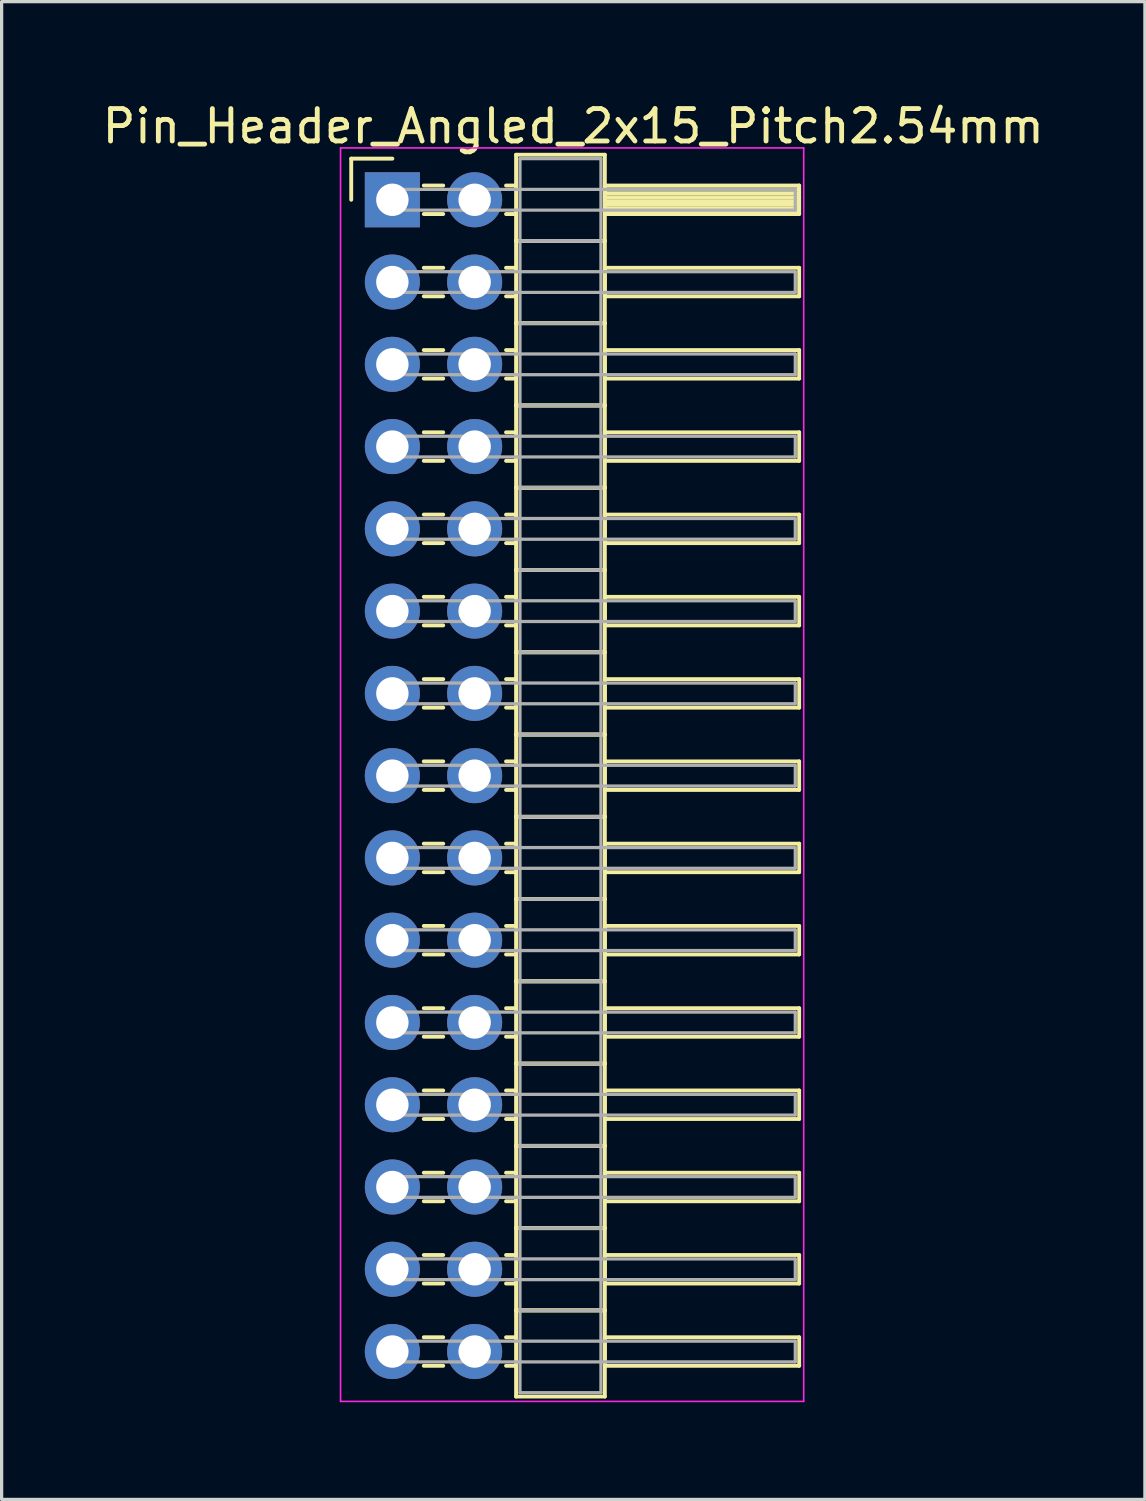
<source format=kicad_pcb>
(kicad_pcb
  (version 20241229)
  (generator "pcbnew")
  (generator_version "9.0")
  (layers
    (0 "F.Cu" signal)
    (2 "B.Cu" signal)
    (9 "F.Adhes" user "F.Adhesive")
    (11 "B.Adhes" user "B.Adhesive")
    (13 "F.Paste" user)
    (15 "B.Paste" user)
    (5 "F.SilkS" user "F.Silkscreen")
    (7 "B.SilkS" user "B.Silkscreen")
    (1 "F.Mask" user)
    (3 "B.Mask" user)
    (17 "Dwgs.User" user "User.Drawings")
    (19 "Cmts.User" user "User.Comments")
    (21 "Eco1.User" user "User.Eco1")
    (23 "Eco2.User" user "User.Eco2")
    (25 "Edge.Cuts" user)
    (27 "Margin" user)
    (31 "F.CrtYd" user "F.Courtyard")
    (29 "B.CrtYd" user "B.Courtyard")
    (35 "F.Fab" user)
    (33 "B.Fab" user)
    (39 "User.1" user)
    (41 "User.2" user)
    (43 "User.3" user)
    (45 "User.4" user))
  (footprint "Pin_Header_Angled_2x15_Pitch2.54mm"
    (layer "F.Cu")
    (at 9.064 3.118)
    (property "Reference" "Pin_Header_Angled_2x15_Pitch2.54mm" (at 5.585 -2.27 0) (layer "F.SilkS") (effects (font (size 1 1) (thickness 0.15))))
    (attr through_hole)
    (fp_line (start -1.27 -1.27) (end 0 -1.27) (stroke (width 0.12) (type solid)) (layer "F.SilkS"))
    (fp_line (start -1.27 0) (end -1.27 -1.27) (stroke (width 0.12) (type solid)) (layer "F.SilkS"))
    (fp_line (start 0.97 -0.44) (end 1.57 -0.44) (stroke (width 0.12) (type solid)) (layer "F.SilkS"))
    (fp_line (start 0.97 0.44) (end 1.57 0.44) (stroke (width 0.12) (type solid)) (layer "F.SilkS"))
    (fp_line (start 0.97 2.1) (end 1.57 2.1) (stroke (width 0.12) (type solid)) (layer "F.SilkS"))
    (fp_line (start 0.97 2.98) (end 1.57 2.98) (stroke (width 0.12) (type solid)) (layer "F.SilkS"))
    (fp_line (start 0.97 4.64) (end 1.57 4.64) (stroke (width 0.12) (type solid)) (layer "F.SilkS"))
    (fp_line (start 0.97 5.52) (end 1.57 5.52) (stroke (width 0.12) (type solid)) (layer "F.SilkS"))
    (fp_line (start 0.97 7.18) (end 1.57 7.18) (stroke (width 0.12) (type solid)) (layer "F.SilkS"))
    (fp_line (start 0.97 8.06) (end 1.57 8.06) (stroke (width 0.12) (type solid)) (layer "F.SilkS"))
    (fp_line (start 0.97 9.72) (end 1.57 9.72) (stroke (width 0.12) (type solid)) (layer "F.SilkS"))
    (fp_line (start 0.97 10.6) (end 1.57 10.6) (stroke (width 0.12) (type solid)) (layer "F.SilkS"))
    (fp_line (start 0.97 12.26) (end 1.57 12.26) (stroke (width 0.12) (type solid)) (layer "F.SilkS"))
    (fp_line (start 0.97 13.14) (end 1.57 13.14) (stroke (width 0.12) (type solid)) (layer "F.SilkS"))
    (fp_line (start 0.97 14.8) (end 1.57 14.8) (stroke (width 0.12) (type solid)) (layer "F.SilkS"))
    (fp_line (start 0.97 15.68) (end 1.57 15.68) (stroke (width 0.12) (type solid)) (layer "F.SilkS"))
    (fp_line (start 0.97 17.34) (end 1.57 17.34) (stroke (width 0.12) (type solid)) (layer "F.SilkS"))
    (fp_line (start 0.97 18.22) (end 1.57 18.22) (stroke (width 0.12) (type solid)) (layer "F.SilkS"))
    (fp_line (start 0.97 19.88) (end 1.57 19.88) (stroke (width 0.12) (type solid)) (layer "F.SilkS"))
    (fp_line (start 0.97 20.76) (end 1.57 20.76) (stroke (width 0.12) (type solid)) (layer "F.SilkS"))
    (fp_line (start 0.97 22.42) (end 1.57 22.42) (stroke (width 0.12) (type solid)) (layer "F.SilkS"))
    (fp_line (start 0.97 23.3) (end 1.57 23.3) (stroke (width 0.12) (type solid)) (layer "F.SilkS"))
    (fp_line (start 0.97 24.96) (end 1.57 24.96) (stroke (width 0.12) (type solid)) (layer "F.SilkS"))
    (fp_line (start 0.97 25.84) (end 1.57 25.84) (stroke (width 0.12) (type solid)) (layer "F.SilkS"))
    (fp_line (start 0.97 27.5) (end 1.57 27.5) (stroke (width 0.12) (type solid)) (layer "F.SilkS"))
    (fp_line (start 0.97 28.38) (end 1.57 28.38) (stroke (width 0.12) (type solid)) (layer "F.SilkS"))
    (fp_line (start 0.97 30.04) (end 1.57 30.04) (stroke (width 0.12) (type solid)) (layer "F.SilkS"))
    (fp_line (start 0.97 30.92) (end 1.57 30.92) (stroke (width 0.12) (type solid)) (layer "F.SilkS"))
    (fp_line (start 0.97 32.58) (end 1.57 32.58) (stroke (width 0.12) (type solid)) (layer "F.SilkS"))
    (fp_line (start 0.97 33.46) (end 1.57 33.46) (stroke (width 0.12) (type solid)) (layer "F.SilkS"))
    (fp_line (start 0.97 35.12) (end 1.57 35.12) (stroke (width 0.12) (type solid)) (layer "F.SilkS"))
    (fp_line (start 0.97 36) (end 1.57 36) (stroke (width 0.12) (type solid)) (layer "F.SilkS"))
    (fp_line (start 3.51 -0.44) (end 3.82 -0.44) (stroke (width 0.12) (type solid)) (layer "F.SilkS"))
    (fp_line (start 3.51 0.44) (end 3.82 0.44) (stroke (width 0.12) (type solid)) (layer "F.SilkS"))
    (fp_line (start 3.51 2.1) (end 3.82 2.1) (stroke (width 0.12) (type solid)) (layer "F.SilkS"))
    (fp_line (start 3.51 2.98) (end 3.82 2.98) (stroke (width 0.12) (type solid)) (layer "F.SilkS"))
    (fp_line (start 3.51 4.64) (end 3.82 4.64) (stroke (width 0.12) (type solid)) (layer "F.SilkS"))
    (fp_line (start 3.51 5.52) (end 3.82 5.52) (stroke (width 0.12) (type solid)) (layer "F.SilkS"))
    (fp_line (start 3.51 7.18) (end 3.82 7.18) (stroke (width 0.12) (type solid)) (layer "F.SilkS"))
    (fp_line (start 3.51 8.06) (end 3.82 8.06) (stroke (width 0.12) (type solid)) (layer "F.SilkS"))
    (fp_line (start 3.51 9.72) (end 3.82 9.72) (stroke (width 0.12) (type solid)) (layer "F.SilkS"))
    (fp_line (start 3.51 10.6) (end 3.82 10.6) (stroke (width 0.12) (type solid)) (layer "F.SilkS"))
    (fp_line (start 3.51 12.26) (end 3.82 12.26) (stroke (width 0.12) (type solid)) (layer "F.SilkS"))
    (fp_line (start 3.51 13.14) (end 3.82 13.14) (stroke (width 0.12) (type solid)) (layer "F.SilkS"))
    (fp_line (start 3.51 14.8) (end 3.82 14.8) (stroke (width 0.12) (type solid)) (layer "F.SilkS"))
    (fp_line (start 3.51 15.68) (end 3.82 15.68) (stroke (width 0.12) (type solid)) (layer "F.SilkS"))
    (fp_line (start 3.51 17.34) (end 3.82 17.34) (stroke (width 0.12) (type solid)) (layer "F.SilkS"))
    (fp_line (start 3.51 18.22) (end 3.82 18.22) (stroke (width 0.12) (type solid)) (layer "F.SilkS"))
    (fp_line (start 3.51 19.88) (end 3.82 19.88) (stroke (width 0.12) (type solid)) (layer "F.SilkS"))
    (fp_line (start 3.51 20.76) (end 3.82 20.76) (stroke (width 0.12) (type solid)) (layer "F.SilkS"))
    (fp_line (start 3.51 22.42) (end 3.82 22.42) (stroke (width 0.12) (type solid)) (layer "F.SilkS"))
    (fp_line (start 3.51 23.3) (end 3.82 23.3) (stroke (width 0.12) (type solid)) (layer "F.SilkS"))
    (fp_line (start 3.51 24.96) (end 3.82 24.96) (stroke (width 0.12) (type solid)) (layer "F.SilkS"))
    (fp_line (start 3.51 25.84) (end 3.82 25.84) (stroke (width 0.12) (type solid)) (layer "F.SilkS"))
    (fp_line (start 3.51 27.5) (end 3.82 27.5) (stroke (width 0.12) (type solid)) (layer "F.SilkS"))
    (fp_line (start 3.51 28.38) (end 3.82 28.38) (stroke (width 0.12) (type solid)) (layer "F.SilkS"))
    (fp_line (start 3.51 30.04) (end 3.82 30.04) (stroke (width 0.12) (type solid)) (layer "F.SilkS"))
    (fp_line (start 3.51 30.92) (end 3.82 30.92) (stroke (width 0.12) (type solid)) (layer "F.SilkS"))
    (fp_line (start 3.51 32.58) (end 3.82 32.58) (stroke (width 0.12) (type solid)) (layer "F.SilkS"))
    (fp_line (start 3.51 33.46) (end 3.82 33.46) (stroke (width 0.12) (type solid)) (layer "F.SilkS"))
    (fp_line (start 3.51 35.12) (end 3.82 35.12) (stroke (width 0.12) (type solid)) (layer "F.SilkS"))
    (fp_line (start 3.51 36) (end 3.82 36) (stroke (width 0.12) (type solid)) (layer "F.SilkS"))
    (fp_line (start 3.82 -1.39) (end 3.82 1.27) (stroke (width 0.12) (type solid)) (layer "F.SilkS"))
    (fp_line (start 3.82 1.27) (end 3.82 3.81) (stroke (width 0.12) (type solid)) (layer "F.SilkS"))
    (fp_line (start 3.82 1.27) (end 6.56 1.27) (stroke (width 0.12) (type solid)) (layer "F.SilkS"))
    (fp_line (start 3.82 3.81) (end 3.82 6.35) (stroke (width 0.12) (type solid)) (layer "F.SilkS"))
    (fp_line (start 3.82 3.81) (end 6.56 3.81) (stroke (width 0.12) (type solid)) (layer "F.SilkS"))
    (fp_line (start 3.82 6.35) (end 3.82 8.89) (stroke (width 0.12) (type solid)) (layer "F.SilkS"))
    (fp_line (start 3.82 6.35) (end 6.56 6.35) (stroke (width 0.12) (type solid)) (layer "F.SilkS"))
    (fp_line (start 3.82 8.89) (end 3.82 11.43) (stroke (width 0.12) (type solid)) (layer "F.SilkS"))
    (fp_line (start 3.82 8.89) (end 6.56 8.89) (stroke (width 0.12) (type solid)) (layer "F.SilkS"))
    (fp_line (start 3.82 11.43) (end 3.82 13.97) (stroke (width 0.12) (type solid)) (layer "F.SilkS"))
    (fp_line (start 3.82 11.43) (end 6.56 11.43) (stroke (width 0.12) (type solid)) (layer "F.SilkS"))
    (fp_line (start 3.82 13.97) (end 3.82 16.51) (stroke (width 0.12) (type solid)) (layer "F.SilkS"))
    (fp_line (start 3.82 13.97) (end 6.56 13.97) (stroke (width 0.12) (type solid)) (layer "F.SilkS"))
    (fp_line (start 3.82 16.51) (end 3.82 19.05) (stroke (width 0.12) (type solid)) (layer "F.SilkS"))
    (fp_line (start 3.82 16.51) (end 6.56 16.51) (stroke (width 0.12) (type solid)) (layer "F.SilkS"))
    (fp_line (start 3.82 19.05) (end 3.82 21.59) (stroke (width 0.12) (type solid)) (layer "F.SilkS"))
    (fp_line (start 3.82 19.05) (end 6.56 19.05) (stroke (width 0.12) (type solid)) (layer "F.SilkS"))
    (fp_line (start 3.82 21.59) (end 3.82 24.13) (stroke (width 0.12) (type solid)) (layer "F.SilkS"))
    (fp_line (start 3.82 21.59) (end 6.56 21.59) (stroke (width 0.12) (type solid)) (layer "F.SilkS"))
    (fp_line (start 3.82 24.13) (end 3.82 26.67) (stroke (width 0.12) (type solid)) (layer "F.SilkS"))
    (fp_line (start 3.82 24.13) (end 6.56 24.13) (stroke (width 0.12) (type solid)) (layer "F.SilkS"))
    (fp_line (start 3.82 26.67) (end 3.82 29.21) (stroke (width 0.12) (type solid)) (layer "F.SilkS"))
    (fp_line (start 3.82 26.67) (end 6.56 26.67) (stroke (width 0.12) (type solid)) (layer "F.SilkS"))
    (fp_line (start 3.82 29.21) (end 3.82 31.75) (stroke (width 0.12) (type solid)) (layer "F.SilkS"))
    (fp_line (start 3.82 29.21) (end 6.56 29.21) (stroke (width 0.12) (type solid)) (layer "F.SilkS"))
    (fp_line (start 3.82 31.75) (end 3.82 34.29) (stroke (width 0.12) (type solid)) (layer "F.SilkS"))
    (fp_line (start 3.82 31.75) (end 6.56 31.75) (stroke (width 0.12) (type solid)) (layer "F.SilkS"))
    (fp_line (start 3.82 34.29) (end 3.82 36.95) (stroke (width 0.12) (type solid)) (layer "F.SilkS"))
    (fp_line (start 3.82 34.29) (end 6.56 34.29) (stroke (width 0.12) (type solid)) (layer "F.SilkS"))
    (fp_line (start 3.82 36.95) (end 6.56 36.95) (stroke (width 0.12) (type solid)) (layer "F.SilkS"))
    (fp_line (start 6.56 -1.39) (end 3.82 -1.39) (stroke (width 0.12) (type solid)) (layer "F.SilkS"))
    (fp_line (start 6.56 -0.44) (end 6.56 0.44) (stroke (width 0.12) (type solid)) (layer "F.SilkS"))
    (fp_line (start 6.56 -0.32) (end 12.56 -0.32) (stroke (width 0.12) (type solid)) (layer "F.SilkS"))
    (fp_line (start 6.56 -0.2) (end 12.56 -0.2) (stroke (width 0.12) (type solid)) (layer "F.SilkS"))
    (fp_line (start 6.56 -0.08) (end 12.56 -0.08) (stroke (width 0.12) (type solid)) (layer "F.SilkS"))
    (fp_line (start 6.56 0.04) (end 12.56 0.04) (stroke (width 0.12) (type solid)) (layer "F.SilkS"))
    (fp_line (start 6.56 0.16) (end 12.56 0.16) (stroke (width 0.12) (type solid)) (layer "F.SilkS"))
    (fp_line (start 6.56 0.28) (end 12.56 0.28) (stroke (width 0.12) (type solid)) (layer "F.SilkS"))
    (fp_line (start 6.56 0.4) (end 12.56 0.4) (stroke (width 0.12) (type solid)) (layer "F.SilkS"))
    (fp_line (start 6.56 0.44) (end 12.56 0.44) (stroke (width 0.12) (type solid)) (layer "F.SilkS"))
    (fp_line (start 6.56 1.27) (end 3.82 1.27) (stroke (width 0.12) (type solid)) (layer "F.SilkS"))
    (fp_line (start 6.56 1.27) (end 6.56 -1.39) (stroke (width 0.12) (type solid)) (layer "F.SilkS"))
    (fp_line (start 6.56 2.1) (end 6.56 2.98) (stroke (width 0.12) (type solid)) (layer "F.SilkS"))
    (fp_line (start 6.56 2.98) (end 12.56 2.98) (stroke (width 0.12) (type solid)) (layer "F.SilkS"))
    (fp_line (start 6.56 3.81) (end 3.82 3.81) (stroke (width 0.12) (type solid)) (layer "F.SilkS"))
    (fp_line (start 6.56 3.81) (end 6.56 1.27) (stroke (width 0.12) (type solid)) (layer "F.SilkS"))
    (fp_line (start 6.56 4.64) (end 6.56 5.52) (stroke (width 0.12) (type solid)) (layer "F.SilkS"))
    (fp_line (start 6.56 5.52) (end 12.56 5.52) (stroke (width 0.12) (type solid)) (layer "F.SilkS"))
    (fp_line (start 6.56 6.35) (end 3.82 6.35) (stroke (width 0.12) (type solid)) (layer "F.SilkS"))
    (fp_line (start 6.56 6.35) (end 6.56 3.81) (stroke (width 0.12) (type solid)) (layer "F.SilkS"))
    (fp_line (start 6.56 7.18) (end 6.56 8.06) (stroke (width 0.12) (type solid)) (layer "F.SilkS"))
    (fp_line (start 6.56 8.06) (end 12.56 8.06) (stroke (width 0.12) (type solid)) (layer "F.SilkS"))
    (fp_line (start 6.56 8.89) (end 3.82 8.89) (stroke (width 0.12) (type solid)) (layer "F.SilkS"))
    (fp_line (start 6.56 8.89) (end 6.56 6.35) (stroke (width 0.12) (type solid)) (layer "F.SilkS"))
    (fp_line (start 6.56 9.72) (end 6.56 10.6) (stroke (width 0.12) (type solid)) (layer "F.SilkS"))
    (fp_line (start 6.56 10.6) (end 12.56 10.6) (stroke (width 0.12) (type solid)) (layer "F.SilkS"))
    (fp_line (start 6.56 11.43) (end 3.82 11.43) (stroke (width 0.12) (type solid)) (layer "F.SilkS"))
    (fp_line (start 6.56 11.43) (end 6.56 8.89) (stroke (width 0.12) (type solid)) (layer "F.SilkS"))
    (fp_line (start 6.56 12.26) (end 6.56 13.14) (stroke (width 0.12) (type solid)) (layer "F.SilkS"))
    (fp_line (start 6.56 13.14) (end 12.56 13.14) (stroke (width 0.12) (type solid)) (layer "F.SilkS"))
    (fp_line (start 6.56 13.97) (end 3.82 13.97) (stroke (width 0.12) (type solid)) (layer "F.SilkS"))
    (fp_line (start 6.56 13.97) (end 6.56 11.43) (stroke (width 0.12) (type solid)) (layer "F.SilkS"))
    (fp_line (start 6.56 14.8) (end 6.56 15.68) (stroke (width 0.12) (type solid)) (layer "F.SilkS"))
    (fp_line (start 6.56 15.68) (end 12.56 15.68) (stroke (width 0.12) (type solid)) (layer "F.SilkS"))
    (fp_line (start 6.56 16.51) (end 3.82 16.51) (stroke (width 0.12) (type solid)) (layer "F.SilkS"))
    (fp_line (start 6.56 16.51) (end 6.56 13.97) (stroke (width 0.12) (type solid)) (layer "F.SilkS"))
    (fp_line (start 6.56 17.34) (end 6.56 18.22) (stroke (width 0.12) (type solid)) (layer "F.SilkS"))
    (fp_line (start 6.56 18.22) (end 12.56 18.22) (stroke (width 0.12) (type solid)) (layer "F.SilkS"))
    (fp_line (start 6.56 19.05) (end 3.82 19.05) (stroke (width 0.12) (type solid)) (layer "F.SilkS"))
    (fp_line (start 6.56 19.05) (end 6.56 16.51) (stroke (width 0.12) (type solid)) (layer "F.SilkS"))
    (fp_line (start 6.56 19.88) (end 6.56 20.76) (stroke (width 0.12) (type solid)) (layer "F.SilkS"))
    (fp_line (start 6.56 20.76) (end 12.56 20.76) (stroke (width 0.12) (type solid)) (layer "F.SilkS"))
    (fp_line (start 6.56 21.59) (end 3.82 21.59) (stroke (width 0.12) (type solid)) (layer "F.SilkS"))
    (fp_line (start 6.56 21.59) (end 6.56 19.05) (stroke (width 0.12) (type solid)) (layer "F.SilkS"))
    (fp_line (start 6.56 22.42) (end 6.56 23.3) (stroke (width 0.12) (type solid)) (layer "F.SilkS"))
    (fp_line (start 6.56 23.3) (end 12.56 23.3) (stroke (width 0.12) (type solid)) (layer "F.SilkS"))
    (fp_line (start 6.56 24.13) (end 3.82 24.13) (stroke (width 0.12) (type solid)) (layer "F.SilkS"))
    (fp_line (start 6.56 24.13) (end 6.56 21.59) (stroke (width 0.12) (type solid)) (layer "F.SilkS"))
    (fp_line (start 6.56 24.96) (end 6.56 25.84) (stroke (width 0.12) (type solid)) (layer "F.SilkS"))
    (fp_line (start 6.56 25.84) (end 12.56 25.84) (stroke (width 0.12) (type solid)) (layer "F.SilkS"))
    (fp_line (start 6.56 26.67) (end 3.82 26.67) (stroke (width 0.12) (type solid)) (layer "F.SilkS"))
    (fp_line (start 6.56 26.67) (end 6.56 24.13) (stroke (width 0.12) (type solid)) (layer "F.SilkS"))
    (fp_line (start 6.56 27.5) (end 6.56 28.38) (stroke (width 0.12) (type solid)) (layer "F.SilkS"))
    (fp_line (start 6.56 28.38) (end 12.56 28.38) (stroke (width 0.12) (type solid)) (layer "F.SilkS"))
    (fp_line (start 6.56 29.21) (end 3.82 29.21) (stroke (width 0.12) (type solid)) (layer "F.SilkS"))
    (fp_line (start 6.56 29.21) (end 6.56 26.67) (stroke (width 0.12) (type solid)) (layer "F.SilkS"))
    (fp_line (start 6.56 30.04) (end 6.56 30.92) (stroke (width 0.12) (type solid)) (layer "F.SilkS"))
    (fp_line (start 6.56 30.92) (end 12.56 30.92) (stroke (width 0.12) (type solid)) (layer "F.SilkS"))
    (fp_line (start 6.56 31.75) (end 3.82 31.75) (stroke (width 0.12) (type solid)) (layer "F.SilkS"))
    (fp_line (start 6.56 31.75) (end 6.56 29.21) (stroke (width 0.12) (type solid)) (layer "F.SilkS"))
    (fp_line (start 6.56 32.58) (end 6.56 33.46) (stroke (width 0.12) (type solid)) (layer "F.SilkS"))
    (fp_line (start 6.56 33.46) (end 12.56 33.46) (stroke (width 0.12) (type solid)) (layer "F.SilkS"))
    (fp_line (start 6.56 34.29) (end 3.82 34.29) (stroke (width 0.12) (type solid)) (layer "F.SilkS"))
    (fp_line (start 6.56 34.29) (end 6.56 31.75) (stroke (width 0.12) (type solid)) (layer "F.SilkS"))
    (fp_line (start 6.56 35.12) (end 6.56 36) (stroke (width 0.12) (type solid)) (layer "F.SilkS"))
    (fp_line (start 6.56 36) (end 12.56 36) (stroke (width 0.12) (type solid)) (layer "F.SilkS"))
    (fp_line (start 6.56 36.95) (end 6.56 34.29) (stroke (width 0.12) (type solid)) (layer "F.SilkS"))
    (fp_line (start 12.56 -0.44) (end 6.56 -0.44) (stroke (width 0.12) (type solid)) (layer "F.SilkS"))
    (fp_line (start 12.56 0.44) (end 12.56 -0.44) (stroke (width 0.12) (type solid)) (layer "F.SilkS"))
    (fp_line (start 12.56 2.1) (end 6.56 2.1) (stroke (width 0.12) (type solid)) (layer "F.SilkS"))
    (fp_line (start 12.56 2.98) (end 12.56 2.1) (stroke (width 0.12) (type solid)) (layer "F.SilkS"))
    (fp_line (start 12.56 4.64) (end 6.56 4.64) (stroke (width 0.12) (type solid)) (layer "F.SilkS"))
    (fp_line (start 12.56 5.52) (end 12.56 4.64) (stroke (width 0.12) (type solid)) (layer "F.SilkS"))
    (fp_line (start 12.56 7.18) (end 6.56 7.18) (stroke (width 0.12) (type solid)) (layer "F.SilkS"))
    (fp_line (start 12.56 8.06) (end 12.56 7.18) (stroke (width 0.12) (type solid)) (layer "F.SilkS"))
    (fp_line (start 12.56 9.72) (end 6.56 9.72) (stroke (width 0.12) (type solid)) (layer "F.SilkS"))
    (fp_line (start 12.56 10.6) (end 12.56 9.72) (stroke (width 0.12) (type solid)) (layer "F.SilkS"))
    (fp_line (start 12.56 12.26) (end 6.56 12.26) (stroke (width 0.12) (type solid)) (layer "F.SilkS"))
    (fp_line (start 12.56 13.14) (end 12.56 12.26) (stroke (width 0.12) (type solid)) (layer "F.SilkS"))
    (fp_line (start 12.56 14.8) (end 6.56 14.8) (stroke (width 0.12) (type solid)) (layer "F.SilkS"))
    (fp_line (start 12.56 15.68) (end 12.56 14.8) (stroke (width 0.12) (type solid)) (layer "F.SilkS"))
    (fp_line (start 12.56 17.34) (end 6.56 17.34) (stroke (width 0.12) (type solid)) (layer "F.SilkS"))
    (fp_line (start 12.56 18.22) (end 12.56 17.34) (stroke (width 0.12) (type solid)) (layer "F.SilkS"))
    (fp_line (start 12.56 19.88) (end 6.56 19.88) (stroke (width 0.12) (type solid)) (layer "F.SilkS"))
    (fp_line (start 12.56 20.76) (end 12.56 19.88) (stroke (width 0.12) (type solid)) (layer "F.SilkS"))
    (fp_line (start 12.56 22.42) (end 6.56 22.42) (stroke (width 0.12) (type solid)) (layer "F.SilkS"))
    (fp_line (start 12.56 23.3) (end 12.56 22.42) (stroke (width 0.12) (type solid)) (layer "F.SilkS"))
    (fp_line (start 12.56 24.96) (end 6.56 24.96) (stroke (width 0.12) (type solid)) (layer "F.SilkS"))
    (fp_line (start 12.56 25.84) (end 12.56 24.96) (stroke (width 0.12) (type solid)) (layer "F.SilkS"))
    (fp_line (start 12.56 27.5) (end 6.56 27.5) (stroke (width 0.12) (type solid)) (layer "F.SilkS"))
    (fp_line (start 12.56 28.38) (end 12.56 27.5) (stroke (width 0.12) (type solid)) (layer "F.SilkS"))
    (fp_line (start 12.56 30.04) (end 6.56 30.04) (stroke (width 0.12) (type solid)) (layer "F.SilkS"))
    (fp_line (start 12.56 30.92) (end 12.56 30.04) (stroke (width 0.12) (type solid)) (layer "F.SilkS"))
    (fp_line (start 12.56 32.58) (end 6.56 32.58) (stroke (width 0.12) (type solid)) (layer "F.SilkS"))
    (fp_line (start 12.56 33.46) (end 12.56 32.58) (stroke (width 0.12) (type solid)) (layer "F.SilkS"))
    (fp_line (start 12.56 35.12) (end 6.56 35.12) (stroke (width 0.12) (type solid)) (layer "F.SilkS"))
    (fp_line (start 12.56 36) (end 12.56 35.12) (stroke (width 0.12) (type solid)) (layer "F.SilkS"))
    (fp_line (start -1.6 -1.6) (end -1.6 37.1) (stroke (width 0.05) (type solid)) (layer "F.CrtYd"))
    (fp_line (start -1.6 37.1) (end 12.7 37.1) (stroke (width 0.05) (type solid)) (layer "F.CrtYd"))
    (fp_line (start 12.7 -1.6) (end -1.6 -1.6) (stroke (width 0.05) (type solid)) (layer "F.CrtYd"))
    (fp_line (start 12.7 37.1) (end 12.7 -1.6) (stroke (width 0.05) (type solid)) (layer "F.CrtYd"))
    (fp_line (start 0 -0.32) (end 0 0.32) (stroke (width 0.1) (type solid)) (layer "F.Fab"))
    (fp_line (start 0 0.32) (end 12.44 0.32) (stroke (width 0.1) (type solid)) (layer "F.Fab"))
    (fp_line (start 0 2.22) (end 0 2.86) (stroke (width 0.1) (type solid)) (layer "F.Fab"))
    (fp_line (start 0 2.86) (end 12.44 2.86) (stroke (width 0.1) (type solid)) (layer "F.Fab"))
    (fp_line (start 0 4.76) (end 0 5.4) (stroke (width 0.1) (type solid)) (layer "F.Fab"))
    (fp_line (start 0 5.4) (end 12.44 5.4) (stroke (width 0.1) (type solid)) (layer "F.Fab"))
    (fp_line (start 0 7.3) (end 0 7.94) (stroke (width 0.1) (type solid)) (layer "F.Fab"))
    (fp_line (start 0 7.94) (end 12.44 7.94) (stroke (width 0.1) (type solid)) (layer "F.Fab"))
    (fp_line (start 0 9.84) (end 0 10.48) (stroke (width 0.1) (type solid)) (layer "F.Fab"))
    (fp_line (start 0 10.48) (end 12.44 10.48) (stroke (width 0.1) (type solid)) (layer "F.Fab"))
    (fp_line (start 0 12.38) (end 0 13.02) (stroke (width 0.1) (type solid)) (layer "F.Fab"))
    (fp_line (start 0 13.02) (end 12.44 13.02) (stroke (width 0.1) (type solid)) (layer "F.Fab"))
    (fp_line (start 0 14.92) (end 0 15.56) (stroke (width 0.1) (type solid)) (layer "F.Fab"))
    (fp_line (start 0 15.56) (end 12.44 15.56) (stroke (width 0.1) (type solid)) (layer "F.Fab"))
    (fp_line (start 0 17.46) (end 0 18.1) (stroke (width 0.1) (type solid)) (layer "F.Fab"))
    (fp_line (start 0 18.1) (end 12.44 18.1) (stroke (width 0.1) (type solid)) (layer "F.Fab"))
    (fp_line (start 0 20) (end 0 20.64) (stroke (width 0.1) (type solid)) (layer "F.Fab"))
    (fp_line (start 0 20.64) (end 12.44 20.64) (stroke (width 0.1) (type solid)) (layer "F.Fab"))
    (fp_line (start 0 22.54) (end 0 23.18) (stroke (width 0.1) (type solid)) (layer "F.Fab"))
    (fp_line (start 0 23.18) (end 12.44 23.18) (stroke (width 0.1) (type solid)) (layer "F.Fab"))
    (fp_line (start 0 25.08) (end 0 25.72) (stroke (width 0.1) (type solid)) (layer "F.Fab"))
    (fp_line (start 0 25.72) (end 12.44 25.72) (stroke (width 0.1) (type solid)) (layer "F.Fab"))
    (fp_line (start 0 27.62) (end 0 28.26) (stroke (width 0.1) (type solid)) (layer "F.Fab"))
    (fp_line (start 0 28.26) (end 12.44 28.26) (stroke (width 0.1) (type solid)) (layer "F.Fab"))
    (fp_line (start 0 30.16) (end 0 30.8) (stroke (width 0.1) (type solid)) (layer "F.Fab"))
    (fp_line (start 0 30.8) (end 12.44 30.8) (stroke (width 0.1) (type solid)) (layer "F.Fab"))
    (fp_line (start 0 32.7) (end 0 33.34) (stroke (width 0.1) (type solid)) (layer "F.Fab"))
    (fp_line (start 0 33.34) (end 12.44 33.34) (stroke (width 0.1) (type solid)) (layer "F.Fab"))
    (fp_line (start 0 35.24) (end 0 35.88) (stroke (width 0.1) (type solid)) (layer "F.Fab"))
    (fp_line (start 0 35.88) (end 12.44 35.88) (stroke (width 0.1) (type solid)) (layer "F.Fab"))
    (fp_line (start 3.94 -1.27) (end 3.94 1.27) (stroke (width 0.1) (type solid)) (layer "F.Fab"))
    (fp_line (start 3.94 1.27) (end 3.94 3.81) (stroke (width 0.1) (type solid)) (layer "F.Fab"))
    (fp_line (start 3.94 1.27) (end 6.44 1.27) (stroke (width 0.1) (type solid)) (layer "F.Fab"))
    (fp_line (start 3.94 3.81) (end 3.94 6.35) (stroke (width 0.1) (type solid)) (layer "F.Fab"))
    (fp_line (start 3.94 3.81) (end 6.44 3.81) (stroke (width 0.1) (type solid)) (layer "F.Fab"))
    (fp_line (start 3.94 6.35) (end 3.94 8.89) (stroke (width 0.1) (type solid)) (layer "F.Fab"))
    (fp_line (start 3.94 6.35) (end 6.44 6.35) (stroke (width 0.1) (type solid)) (layer "F.Fab"))
    (fp_line (start 3.94 8.89) (end 3.94 11.43) (stroke (width 0.1) (type solid)) (layer "F.Fab"))
    (fp_line (start 3.94 8.89) (end 6.44 8.89) (stroke (width 0.1) (type solid)) (layer "F.Fab"))
    (fp_line (start 3.94 11.43) (end 3.94 13.97) (stroke (width 0.1) (type solid)) (layer "F.Fab"))
    (fp_line (start 3.94 11.43) (end 6.44 11.43) (stroke (width 0.1) (type solid)) (layer "F.Fab"))
    (fp_line (start 3.94 13.97) (end 3.94 16.51) (stroke (width 0.1) (type solid)) (layer "F.Fab"))
    (fp_line (start 3.94 13.97) (end 6.44 13.97) (stroke (width 0.1) (type solid)) (layer "F.Fab"))
    (fp_line (start 3.94 16.51) (end 3.94 19.05) (stroke (width 0.1) (type solid)) (layer "F.Fab"))
    (fp_line (start 3.94 16.51) (end 6.44 16.51) (stroke (width 0.1) (type solid)) (layer "F.Fab"))
    (fp_line (start 3.94 19.05) (end 3.94 21.59) (stroke (width 0.1) (type solid)) (layer "F.Fab"))
    (fp_line (start 3.94 19.05) (end 6.44 19.05) (stroke (width 0.1) (type solid)) (layer "F.Fab"))
    (fp_line (start 3.94 21.59) (end 3.94 24.13) (stroke (width 0.1) (type solid)) (layer "F.Fab"))
    (fp_line (start 3.94 21.59) (end 6.44 21.59) (stroke (width 0.1) (type solid)) (layer "F.Fab"))
    (fp_line (start 3.94 24.13) (end 3.94 26.67) (stroke (width 0.1) (type solid)) (layer "F.Fab"))
    (fp_line (start 3.94 24.13) (end 6.44 24.13) (stroke (width 0.1) (type solid)) (layer "F.Fab"))
    (fp_line (start 3.94 26.67) (end 3.94 29.21) (stroke (width 0.1) (type solid)) (layer "F.Fab"))
    (fp_line (start 3.94 26.67) (end 6.44 26.67) (stroke (width 0.1) (type solid)) (layer "F.Fab"))
    (fp_line (start 3.94 29.21) (end 3.94 31.75) (stroke (width 0.1) (type solid)) (layer "F.Fab"))
    (fp_line (start 3.94 29.21) (end 6.44 29.21) (stroke (width 0.1) (type solid)) (layer "F.Fab"))
    (fp_line (start 3.94 31.75) (end 3.94 34.29) (stroke (width 0.1) (type solid)) (layer "F.Fab"))
    (fp_line (start 3.94 31.75) (end 6.44 31.75) (stroke (width 0.1) (type solid)) (layer "F.Fab"))
    (fp_line (start 3.94 34.29) (end 3.94 36.83) (stroke (width 0.1) (type solid)) (layer "F.Fab"))
    (fp_line (start 3.94 34.29) (end 6.44 34.29) (stroke (width 0.1) (type solid)) (layer "F.Fab"))
    (fp_line (start 3.94 36.83) (end 6.44 36.83) (stroke (width 0.1) (type solid)) (layer "F.Fab"))
    (fp_line (start 6.44 -1.27) (end 3.94 -1.27) (stroke (width 0.1) (type solid)) (layer "F.Fab"))
    (fp_line (start 6.44 1.27) (end 3.94 1.27) (stroke (width 0.1) (type solid)) (layer "F.Fab"))
    (fp_line (start 6.44 1.27) (end 6.44 -1.27) (stroke (width 0.1) (type solid)) (layer "F.Fab"))
    (fp_line (start 6.44 3.81) (end 3.94 3.81) (stroke (width 0.1) (type solid)) (layer "F.Fab"))
    (fp_line (start 6.44 3.81) (end 6.44 1.27) (stroke (width 0.1) (type solid)) (layer "F.Fab"))
    (fp_line (start 6.44 6.35) (end 3.94 6.35) (stroke (width 0.1) (type solid)) (layer "F.Fab"))
    (fp_line (start 6.44 6.35) (end 6.44 3.81) (stroke (width 0.1) (type solid)) (layer "F.Fab"))
    (fp_line (start 6.44 8.89) (end 3.94 8.89) (stroke (width 0.1) (type solid)) (layer "F.Fab"))
    (fp_line (start 6.44 8.89) (end 6.44 6.35) (stroke (width 0.1) (type solid)) (layer "F.Fab"))
    (fp_line (start 6.44 11.43) (end 3.94 11.43) (stroke (width 0.1) (type solid)) (layer "F.Fab"))
    (fp_line (start 6.44 11.43) (end 6.44 8.89) (stroke (width 0.1) (type solid)) (layer "F.Fab"))
    (fp_line (start 6.44 13.97) (end 3.94 13.97) (stroke (width 0.1) (type solid)) (layer "F.Fab"))
    (fp_line (start 6.44 13.97) (end 6.44 11.43) (stroke (width 0.1) (type solid)) (layer "F.Fab"))
    (fp_line (start 6.44 16.51) (end 3.94 16.51) (stroke (width 0.1) (type solid)) (layer "F.Fab"))
    (fp_line (start 6.44 16.51) (end 6.44 13.97) (stroke (width 0.1) (type solid)) (layer "F.Fab"))
    (fp_line (start 6.44 19.05) (end 3.94 19.05) (stroke (width 0.1) (type solid)) (layer "F.Fab"))
    (fp_line (start 6.44 19.05) (end 6.44 16.51) (stroke (width 0.1) (type solid)) (layer "F.Fab"))
    (fp_line (start 6.44 21.59) (end 3.94 21.59) (stroke (width 0.1) (type solid)) (layer "F.Fab"))
    (fp_line (start 6.44 21.59) (end 6.44 19.05) (stroke (width 0.1) (type solid)) (layer "F.Fab"))
    (fp_line (start 6.44 24.13) (end 3.94 24.13) (stroke (width 0.1) (type solid)) (layer "F.Fab"))
    (fp_line (start 6.44 24.13) (end 6.44 21.59) (stroke (width 0.1) (type solid)) (layer "F.Fab"))
    (fp_line (start 6.44 26.67) (end 3.94 26.67) (stroke (width 0.1) (type solid)) (layer "F.Fab"))
    (fp_line (start 6.44 26.67) (end 6.44 24.13) (stroke (width 0.1) (type solid)) (layer "F.Fab"))
    (fp_line (start 6.44 29.21) (end 3.94 29.21) (stroke (width 0.1) (type solid)) (layer "F.Fab"))
    (fp_line (start 6.44 29.21) (end 6.44 26.67) (stroke (width 0.1) (type solid)) (layer "F.Fab"))
    (fp_line (start 6.44 31.75) (end 3.94 31.75) (stroke (width 0.1) (type solid)) (layer "F.Fab"))
    (fp_line (start 6.44 31.75) (end 6.44 29.21) (stroke (width 0.1) (type solid)) (layer "F.Fab"))
    (fp_line (start 6.44 34.29) (end 3.94 34.29) (stroke (width 0.1) (type solid)) (layer "F.Fab"))
    (fp_line (start 6.44 34.29) (end 6.44 31.75) (stroke (width 0.1) (type solid)) (layer "F.Fab"))
    (fp_line (start 6.44 36.83) (end 6.44 34.29) (stroke (width 0.1) (type solid)) (layer "F.Fab"))
    (fp_line (start 12.44 -0.32) (end 0 -0.32) (stroke (width 0.1) (type solid)) (layer "F.Fab"))
    (fp_line (start 12.44 0.32) (end 12.44 -0.32) (stroke (width 0.1) (type solid)) (layer "F.Fab"))
    (fp_line (start 12.44 2.22) (end 0 2.22) (stroke (width 0.1) (type solid)) (layer "F.Fab"))
    (fp_line (start 12.44 2.86) (end 12.44 2.22) (stroke (width 0.1) (type solid)) (layer "F.Fab"))
    (fp_line (start 12.44 4.76) (end 0 4.76) (stroke (width 0.1) (type solid)) (layer "F.Fab"))
    (fp_line (start 12.44 5.4) (end 12.44 4.76) (stroke (width 0.1) (type solid)) (layer "F.Fab"))
    (fp_line (start 12.44 7.3) (end 0 7.3) (stroke (width 0.1) (type solid)) (layer "F.Fab"))
    (fp_line (start 12.44 7.94) (end 12.44 7.3) (stroke (width 0.1) (type solid)) (layer "F.Fab"))
    (fp_line (start 12.44 9.84) (end 0 9.84) (stroke (width 0.1) (type solid)) (layer "F.Fab"))
    (fp_line (start 12.44 10.48) (end 12.44 9.84) (stroke (width 0.1) (type solid)) (layer "F.Fab"))
    (fp_line (start 12.44 12.38) (end 0 12.38) (stroke (width 0.1) (type solid)) (layer "F.Fab"))
    (fp_line (start 12.44 13.02) (end 12.44 12.38) (stroke (width 0.1) (type solid)) (layer "F.Fab"))
    (fp_line (start 12.44 14.92) (end 0 14.92) (stroke (width 0.1) (type solid)) (layer "F.Fab"))
    (fp_line (start 12.44 15.56) (end 12.44 14.92) (stroke (width 0.1) (type solid)) (layer "F.Fab"))
    (fp_line (start 12.44 17.46) (end 0 17.46) (stroke (width 0.1) (type solid)) (layer "F.Fab"))
    (fp_line (start 12.44 18.1) (end 12.44 17.46) (stroke (width 0.1) (type solid)) (layer "F.Fab"))
    (fp_line (start 12.44 20) (end 0 20) (stroke (width 0.1) (type solid)) (layer "F.Fab"))
    (fp_line (start 12.44 20.64) (end 12.44 20) (stroke (width 0.1) (type solid)) (layer "F.Fab"))
    (fp_line (start 12.44 22.54) (end 0 22.54) (stroke (width 0.1) (type solid)) (layer "F.Fab"))
    (fp_line (start 12.44 23.18) (end 12.44 22.54) (stroke (width 0.1) (type solid)) (layer "F.Fab"))
    (fp_line (start 12.44 25.08) (end 0 25.08) (stroke (width 0.1) (type solid)) (layer "F.Fab"))
    (fp_line (start 12.44 25.72) (end 12.44 25.08) (stroke (width 0.1) (type solid)) (layer "F.Fab"))
    (fp_line (start 12.44 27.62) (end 0 27.62) (stroke (width 0.1) (type solid)) (layer "F.Fab"))
    (fp_line (start 12.44 28.26) (end 12.44 27.62) (stroke (width 0.1) (type solid)) (layer "F.Fab"))
    (fp_line (start 12.44 30.16) (end 0 30.16) (stroke (width 0.1) (type solid)) (layer "F.Fab"))
    (fp_line (start 12.44 30.8) (end 12.44 30.16) (stroke (width 0.1) (type solid)) (layer "F.Fab"))
    (fp_line (start 12.44 32.7) (end 0 32.7) (stroke (width 0.1) (type solid)) (layer "F.Fab"))
    (fp_line (start 12.44 33.34) (end 12.44 32.7) (stroke (width 0.1) (type solid)) (layer "F.Fab"))
    (fp_line (start 12.44 35.24) (end 0 35.24) (stroke (width 0.1) (type solid)) (layer "F.Fab"))
    (fp_line (start 12.44 35.88) (end 12.44 35.24) (stroke (width 0.1) (type solid)) (layer "F.Fab"))
    (pad "1" thru_hole rect (at 0 0) (size 1.7 1.7) (drill 1) (layers "*.Cu" "*.Mask"))
    (pad "2" thru_hole oval (at 2.54 0) (size 1.7 1.7) (drill 1) (layers "*.Cu" "*.Mask"))
    (pad "3" thru_hole oval (at 0 2.54) (size 1.7 1.7) (drill 1) (layers "*.Cu" "*.Mask"))
    (pad "4" thru_hole oval (at 2.54 2.54) (size 1.7 1.7) (drill 1) (layers "*.Cu" "*.Mask"))
    (pad "5" thru_hole oval (at 0 5.08) (size 1.7 1.7) (drill 1) (layers "*.Cu" "*.Mask"))
    (pad "6" thru_hole oval (at 2.54 5.08) (size 1.7 1.7) (drill 1) (layers "*.Cu" "*.Mask"))
    (pad "7" thru_hole oval (at 0 7.62) (size 1.7 1.7) (drill 1) (layers "*.Cu" "*.Mask"))
    (pad "8" thru_hole oval (at 2.54 7.62) (size 1.7 1.7) (drill 1) (layers "*.Cu" "*.Mask"))
    (pad "9" thru_hole oval (at 0 10.16) (size 1.7 1.7) (drill 1) (layers "*.Cu" "*.Mask"))
    (pad "10" thru_hole oval (at 2.54 10.16) (size 1.7 1.7) (drill 1) (layers "*.Cu" "*.Mask"))
    (pad "11" thru_hole oval (at 0 12.7) (size 1.7 1.7) (drill 1) (layers "*.Cu" "*.Mask"))
    (pad "12" thru_hole oval (at 2.54 12.7) (size 1.7 1.7) (drill 1) (layers "*.Cu" "*.Mask"))
    (pad "13" thru_hole oval (at 0 15.24) (size 1.7 1.7) (drill 1) (layers "*.Cu" "*.Mask"))
    (pad "14" thru_hole oval (at 2.54 15.24) (size 1.7 1.7) (drill 1) (layers "*.Cu" "*.Mask"))
    (pad "15" thru_hole oval (at 0 17.78) (size 1.7 1.7) (drill 1) (layers "*.Cu" "*.Mask"))
    (pad "16" thru_hole oval (at 2.54 17.78) (size 1.7 1.7) (drill 1) (layers "*.Cu" "*.Mask"))
    (pad "17" thru_hole oval (at 0 20.32) (size 1.7 1.7) (drill 1) (layers "*.Cu" "*.Mask"))
    (pad "18" thru_hole oval (at 2.54 20.32) (size 1.7 1.7) (drill 1) (layers "*.Cu" "*.Mask"))
    (pad "19" thru_hole oval (at 0 22.86) (size 1.7 1.7) (drill 1) (layers "*.Cu" "*.Mask"))
    (pad "20" thru_hole oval (at 2.54 22.86) (size 1.7 1.7) (drill 1) (layers "*.Cu" "*.Mask"))
    (pad "21" thru_hole oval (at 0 25.4) (size 1.7 1.7) (drill 1) (layers "*.Cu" "*.Mask"))
    (pad "22" thru_hole oval (at 2.54 25.4) (size 1.7 1.7) (drill 1) (layers "*.Cu" "*.Mask"))
    (pad "23" thru_hole oval (at 0 27.94) (size 1.7 1.7) (drill 1) (layers "*.Cu" "*.Mask"))
    (pad "24" thru_hole oval (at 2.54 27.94) (size 1.7 1.7) (drill 1) (layers "*.Cu" "*.Mask"))
    (pad "25" thru_hole oval (at 0 30.48) (size 1.7 1.7) (drill 1) (layers "*.Cu" "*.Mask"))
    (pad "26" thru_hole oval (at 2.54 30.48) (size 1.7 1.7) (drill 1) (layers "*.Cu" "*.Mask"))
    (pad "27" thru_hole oval (at 0 33.02) (size 1.7 1.7) (drill 1) (layers "*.Cu" "*.Mask"))
    (pad "28" thru_hole oval (at 2.54 33.02) (size 1.7 1.7) (drill 1) (layers "*.Cu" "*.Mask"))
    (pad "29" thru_hole oval (at 0 35.56) (size 1.7 1.7) (drill 1) (layers "*.Cu" "*.Mask"))
    (pad "30" thru_hole oval (at 2.54 35.56) (size 1.7 1.7) (drill 1) (layers "*.Cu" "*.Mask")))
  (gr_rect
    (start -3 -3)
    (end 32.298 43.243)
    (stroke (width 0.1) (type default))
    (fill no)
    (layer "Edge.Cuts")))
</source>
